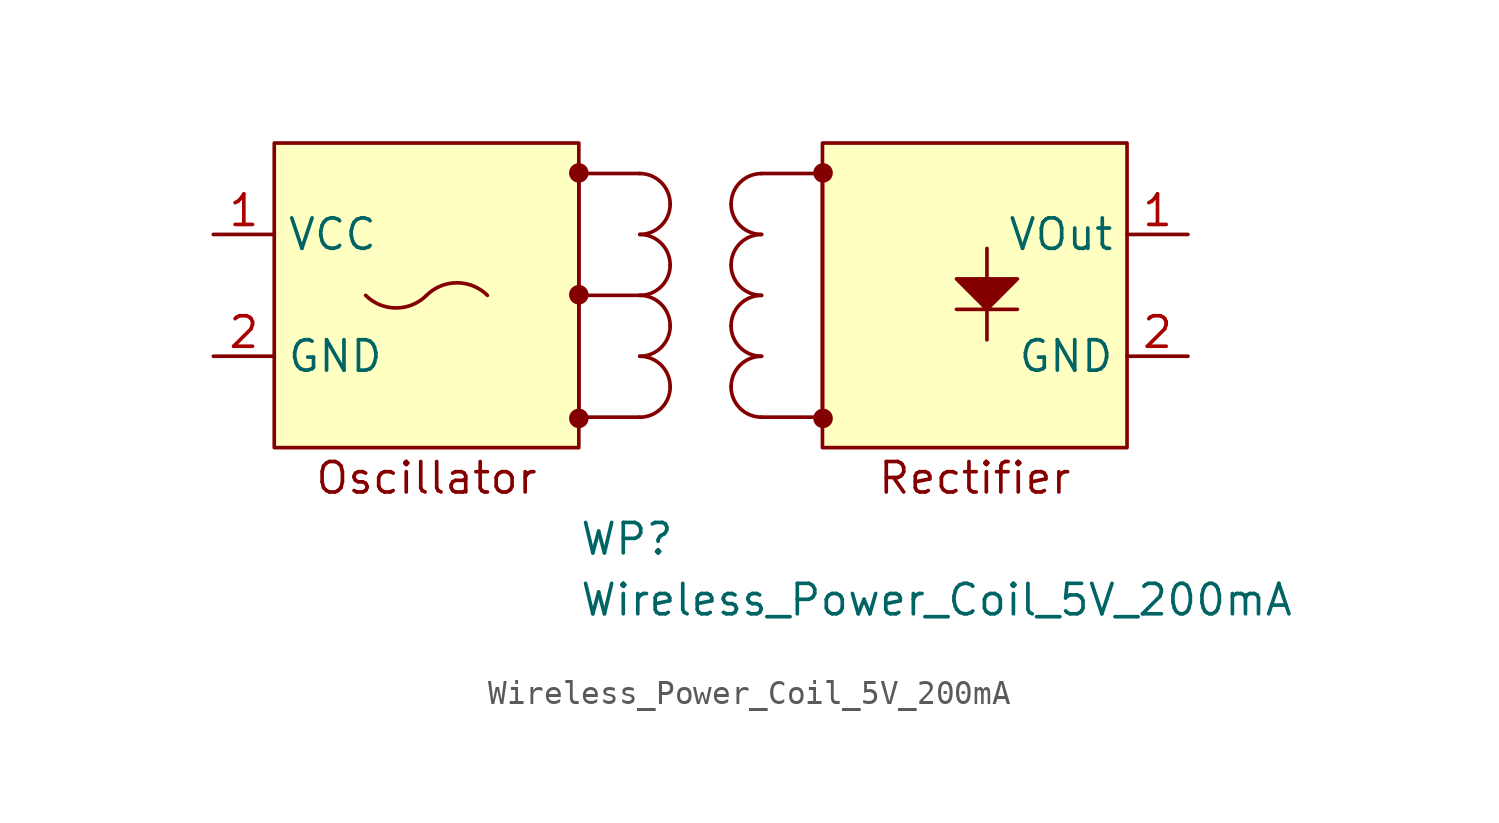
<source format=kicad_sym>
(kicad_symbol_lib
  (version 20220914)
  (generator kicad_symbol_editor)
  (symbol "Wireless_Power_Coil_5V_200mA"
    (property "Reference" "WP"
      (at -5.08 -10.16 0)
      (effects (font (size 1.27 1.27)) (justify left)))
    (property "Value" "Wireless_Power_Coil_5V_200mA"
      (at -5.08 -12.7 0)
      (effects (font (size 1.27 1.27)) (justify left)))
    (symbol "Wireless_Power_Coil_5V_200mA_0_1"
      (rectangle (start -17.78 6.35) (end -5.08 -6.35) (stroke (width 0) (type default)) (fill (type background)))
      (arc (start -13.97 -0.0001) (mid -12.7 -0.5261) (end -11.43 -0.0001) (stroke (width 0) (type default)) (fill (type none)))
      (arc (start -8.89 -0.0001) (mid -10.16 0.5225) (end -11.43 0) (stroke (width 0) (type default)) (fill (type none)))
      (circle (center -5.08 -5.131) (radius 0.331) (stroke (width 0) (type default)) (fill (type color) (color 132 0 0 1)))
      (circle (center -5.08 0.025) (radius 0.331) (stroke (width 0) (type default)) (fill (type color) (color 132 0 0 1)))
      (circle (center -5.08 5.105) (radius 0.331) (stroke (width 0) (type default)) (fill (type color) (color 132 0 0 1)))
      (arc (start -2.5399 -5.0799) (mid -1.6419 -4.7079) (end -1.2699 -3.8099) (stroke (width 0) (type default)) (fill (type none)))
      (arc (start -2.5399 -2.5399) (mid -1.6419 -2.1679) (end -1.2699 -1.2699) (stroke (width 0) (type default)) (fill (type none)))
      (arc (start -2.5399 0.0001) (mid -1.6419 0.3721) (end -1.2699 1.2701) (stroke (width 0) (type default)) (fill (type none)))
      (arc (start -2.54 2.54) (mid -1.642 2.912) (end -1.27 3.81) (stroke (width 0) (type default)) (fill (type none)))
      (arc (start -1.2699 -3.8099) (mid -1.6419 -2.9119) (end -2.5399 -2.5399) (stroke (width 0) (type default)) (fill (type none)))
      (arc (start -1.2699 -1.2699) (mid -1.6419 -0.3719) (end -2.5399 0.0001) (stroke (width 0) (type default)) (fill (type none)))
      (arc (start -1.2699 1.2701) (mid -1.6419 2.1681) (end -2.5399 2.5401) (stroke (width 0) (type default)) (fill (type none)))
      (arc (start -1.27 3.81) (mid -1.642 4.708) (end -2.54 5.08) (stroke (width 0) (type default)) (fill (type none)))
      (polyline (pts (xy -2.54 0) (xy -5.08 0)) (stroke (width 0) (type default)) (fill (type none)))
      (polyline (pts (xy 11.938 1.956) (xy 11.938 -1.854)) (stroke (width 0) (type default)) (fill (type none)))
      (polyline (pts (xy -2.54 5.08) (xy -5.08 5.08) (xy -5.08 -5.08) (xy -2.54 -5.08)) (stroke (width 0) (type default)) (fill (type none)))
      (polyline (pts (xy 2.54 5.08) (xy 5.08 5.08) (xy 5.08 -5.08) (xy 2.54 -5.08)) (stroke (width 0) (type default)) (fill (type none)))
      (polyline (pts (xy 11.938 -0.584) (xy 10.668 0.686) (xy 13.208 0.686) (xy 11.938 -0.584) (xy 10.668 -0.584) (xy 13.208 -0.584)) (stroke (width 0) (type default)) (fill (type color) (color 132 0 0 1)))
      (arc (start 1.2699 -3.8099) (mid 1.6419 -4.7079) (end 2.5399 -5.0799) (stroke (width 0) (type default)) (fill (type none)))
      (arc (start 1.2699 -1.2699) (mid 1.6419 -2.1679) (end 2.5399 -2.5399) (stroke (width 0) (type default)) (fill (type none)))
      (arc (start 1.2699 1.2701) (mid 1.6419 0.3721) (end 2.5399 0.0001) (stroke (width 0) (type default)) (fill (type none)))
      (arc (start 1.27 3.81) (mid 1.642 2.912) (end 2.54 2.54) (stroke (width 0) (type default)) (fill (type none)))
      (arc (start 2.5399 -2.5399) (mid 1.6419 -2.9119) (end 1.2699 -3.8099) (stroke (width 0) (type default)) (fill (type none)))
      (arc (start 2.5399 0.0001) (mid 1.6419 -0.3719) (end 1.2699 -1.2699) (stroke (width 0) (type default)) (fill (type none)))
      (arc (start 2.5399 2.5401) (mid 1.6419 2.1681) (end 1.2699 1.2701) (stroke (width 0) (type default)) (fill (type none)))
      (arc (start 2.54 5.08) (mid 1.642 4.708) (end 1.27 3.81) (stroke (width 0) (type default)) (fill (type none)))
      (rectangle (start 5.08 6.35) (end 17.78 -6.35) (stroke (width 0) (type default)) (fill (type background)))
      (circle (center 5.105 -5.131) (radius 0.331) (stroke (width 0) (type default)) (fill (type color) (color 132 0 0 1)))
      (circle (center 5.105 5.105) (radius 0.331) (stroke (width 0) (type default)) (fill (type color) (color 132 0 0 1)))
      (text "Oscillator" (at -11.43 -7.62 0) (effects (font (size 1.27 1.27))))
      (text "Rectifier" (at 11.43 -7.62 0) (effects (font (size 1.27 1.27)))))
    (symbol "Wireless_Power_Coil_5V_200mA_1_1"
      (pin input line (at -20.32 2.54 0) (length 2.54) (name "VCC" (effects (font (size 1.27 1.27)))) (number "1" (effects (font (size 1.27 1.27)))))
      (pin output line (at 20.32 2.54 180) (length 2.54) (name "VOut" (effects (font (size 1.27 1.27)))) (number "1" (effects (font (size 1.27 1.27)))))
      (pin input line (at -20.32 -2.54 0) (length 2.54) (name "GND" (effects (font (size 1.27 1.27)))) (number "2" (effects (font (size 1.27 1.27)))))
      (pin output line (at 20.32 -2.54 180) (length 2.54) (name "GND" (effects (font (size 1.27 1.27)))) (number "2" (effects (font (size 1.27 1.27))))))))
</source>
